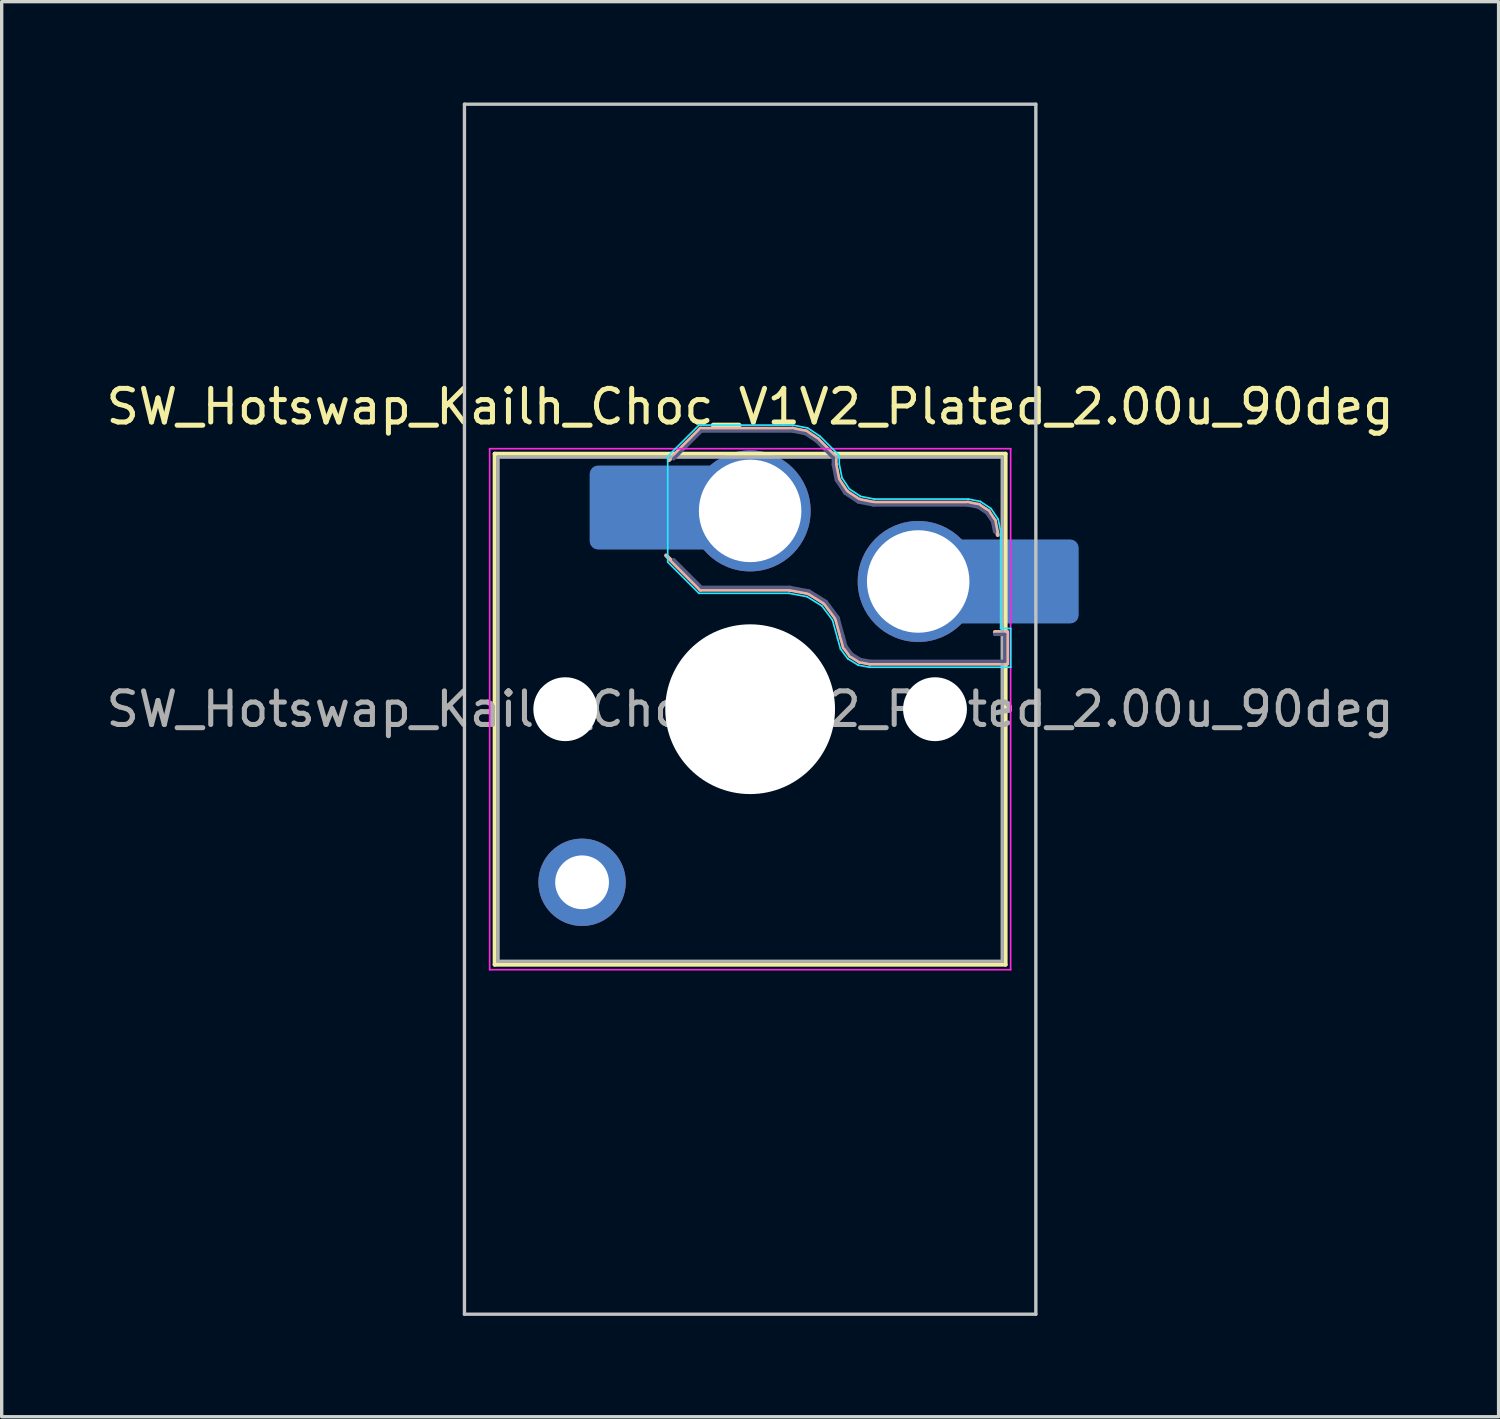
<source format=kicad_pcb>
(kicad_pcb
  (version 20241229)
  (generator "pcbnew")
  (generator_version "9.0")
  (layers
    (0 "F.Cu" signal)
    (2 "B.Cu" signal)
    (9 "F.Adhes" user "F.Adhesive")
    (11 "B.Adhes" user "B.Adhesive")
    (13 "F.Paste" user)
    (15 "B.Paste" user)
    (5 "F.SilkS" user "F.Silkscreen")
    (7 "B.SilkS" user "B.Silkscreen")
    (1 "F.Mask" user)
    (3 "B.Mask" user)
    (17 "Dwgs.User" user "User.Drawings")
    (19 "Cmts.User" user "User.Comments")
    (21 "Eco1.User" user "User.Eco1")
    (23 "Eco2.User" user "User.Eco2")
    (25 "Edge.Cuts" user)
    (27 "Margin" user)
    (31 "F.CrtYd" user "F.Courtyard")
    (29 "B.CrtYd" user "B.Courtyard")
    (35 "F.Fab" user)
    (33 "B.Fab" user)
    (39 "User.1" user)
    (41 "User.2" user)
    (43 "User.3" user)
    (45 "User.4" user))
  (footprint "SW_Hotswap_Kailh_Choc_V1V2_Plated_2.00u_90deg"
    (layer "F.Cu")
    (at 19.268 18.05)
    (property "Reference" "SW_Hotswap_Kailh_Choc_V1V2_Plated_2.00u_90deg" (at 0 -9 0) (layer "F.SilkS") (effects (font (size 1 1) (thickness 0.15))))
    (attr smd)
    (fp_line (start -7.6 -7.6) (end -7.6 7.6) (stroke (width 0.12) (type solid)) (layer "F.SilkS"))
    (fp_line (start -7.6 7.6) (end 7.6 7.6) (stroke (width 0.12) (type solid)) (layer "F.SilkS"))
    (fp_line (start 7.6 -7.6) (end -7.6 -7.6) (stroke (width 0.12) (type solid)) (layer "F.SilkS"))
    (fp_line (start 7.6 7.6) (end 7.6 -7.6) (stroke (width 0.12) (type solid)) (layer "F.SilkS"))
    (fp_line (start -2.416 -7.409) (end -1.479 -8.346) (stroke (width 0.12) (type solid)) (layer "B.SilkS"))
    (fp_line (start -1.479 -8.346) (end 1.268 -8.346) (stroke (width 0.12) (type solid)) (layer "B.SilkS"))
    (fp_line (start -1.479 -3.554) (end -2.5 -4.575) (stroke (width 0.12) (type solid)) (layer "B.SilkS"))
    (fp_line (start 1.168 -3.554) (end -1.479 -3.554) (stroke (width 0.12) (type solid)) (layer "B.SilkS"))
    (fp_line (start 1.268 -8.346) (end 1.671 -8.266) (stroke (width 0.12) (type solid)) (layer "B.SilkS"))
    (fp_line (start 1.671 -8.266) (end 2.013 -8.037) (stroke (width 0.12) (type solid)) (layer "B.SilkS"))
    (fp_line (start 1.73 -3.449) (end 1.168 -3.554) (stroke (width 0.12) (type solid)) (layer "B.SilkS"))
    (fp_line (start 2.013 -8.037) (end 2.546 -7.504) (stroke (width 0.12) (type solid)) (layer "B.SilkS"))
    (fp_line (start 2.209 -3.15) (end 1.73 -3.449) (stroke (width 0.12) (type solid)) (layer "B.SilkS"))
    (fp_line (start 2.546 -7.504) (end 2.546 -7.282) (stroke (width 0.12) (type solid)) (layer "B.SilkS"))
    (fp_line (start 2.546 -7.282) (end 2.633 -6.844) (stroke (width 0.12) (type solid)) (layer "B.SilkS"))
    (fp_line (start 2.547 -2.697) (end 2.209 -3.15) (stroke (width 0.12) (type solid)) (layer "B.SilkS"))
    (fp_line (start 2.633 -6.844) (end 2.877 -6.477) (stroke (width 0.12) (type solid)) (layer "B.SilkS"))
    (fp_line (start 2.701 -2.139) (end 2.547 -2.697) (stroke (width 0.12) (type solid)) (layer "B.SilkS"))
    (fp_line (start 2.783 -1.841) (end 2.701 -2.139) (stroke (width 0.12) (type solid)) (layer "B.SilkS"))
    (fp_line (start 2.877 -6.477) (end 3.244 -6.233) (stroke (width 0.12) (type solid)) (layer "B.SilkS"))
    (fp_line (start 2.976 -1.583) (end 2.783 -1.841) (stroke (width 0.12) (type solid)) (layer "B.SilkS"))
    (fp_line (start 3.244 -6.233) (end 3.682 -6.146) (stroke (width 0.12) (type solid)) (layer "B.SilkS"))
    (fp_line (start 3.25 -1.413) (end 2.976 -1.583) (stroke (width 0.12) (type solid)) (layer "B.SilkS"))
    (fp_line (start 3.56 -1.354) (end 3.25 -1.413) (stroke (width 0.12) (type solid)) (layer "B.SilkS"))
    (fp_line (start 3.682 -6.146) (end 6.482 -6.146) (stroke (width 0.12) (type solid)) (layer "B.SilkS"))
    (fp_line (start 6.482 -6.146) (end 6.809 -6.081) (stroke (width 0.12) (type solid)) (layer "B.SilkS"))
    (fp_line (start 6.809 -6.081) (end 7.092 -5.892) (stroke (width 0.12) (type solid)) (layer "B.SilkS"))
    (fp_line (start 7.092 -5.892) (end 7.281 -5.609) (stroke (width 0.12) (type solid)) (layer "B.SilkS"))
    (fp_line (start 7.281 -5.609) (end 7.366 -5.182) (stroke (width 0.12) (type solid)) (layer "B.SilkS"))
    (fp_line (start 7.283 -2.296) (end 7.646 -2.296) (stroke (width 0.12) (type solid)) (layer "B.SilkS"))
    (fp_line (start 7.646 -2.296) (end 7.646 -1.354) (stroke (width 0.12) (type solid)) (layer "B.SilkS"))
    (fp_line (start 7.646 -1.354) (end 3.56 -1.354) (stroke (width 0.12) (type solid)) (layer "B.SilkS"))
    (fp_line (start -8.5 -18) (end 8.5 -18) (stroke (width 0.1) (type solid)) (layer "Dwgs.User"))
    (fp_line (start -8.5 18) (end -8.5 -18) (stroke (width 0.1) (type solid)) (layer "Dwgs.User"))
    (fp_line (start 8.5 -18) (end 8.5 18) (stroke (width 0.1) (type solid)) (layer "Dwgs.User"))
    (fp_line (start 8.5 18) (end -8.5 18) (stroke (width 0.1) (type solid)) (layer "Dwgs.User"))
    (fp_line (start -7.25 -7.25) (end -7.25 7.25) (stroke (width 0.1) (type solid)) (layer "Eco1.User"))
    (fp_line (start -7.25 7.25) (end 7.25 7.25) (stroke (width 0.1) (type solid)) (layer "Eco1.User"))
    (fp_line (start 7.25 -7.25) (end -7.25 -7.25) (stroke (width 0.1) (type solid)) (layer "Eco1.User"))
    (fp_line (start 7.25 7.25) (end 7.25 -7.25) (stroke (width 0.1) (type solid)) (layer "Eco1.User"))
    (fp_line (start -2.452 -7.523) (end -1.523 -8.452) (stroke (width 0.05) (type solid)) (layer "B.CrtYd"))
    (fp_line (start -2.452 -4.377) (end -2.452 -7.523) (stroke (width 0.05) (type solid)) (layer "B.CrtYd"))
    (fp_line (start -1.523 -8.452) (end 1.278 -8.452) (stroke (width 0.05) (type solid)) (layer "B.CrtYd"))
    (fp_line (start -1.523 -3.448) (end -2.452 -4.377) (stroke (width 0.05) (type solid)) (layer "B.CrtYd"))
    (fp_line (start 1.159 -3.448) (end -1.523 -3.448) (stroke (width 0.05) (type solid)) (layer "B.CrtYd"))
    (fp_line (start 1.278 -8.452) (end 1.712 -8.366) (stroke (width 0.05) (type solid)) (layer "B.CrtYd"))
    (fp_line (start 1.691 -3.348) (end 1.159 -3.448) (stroke (width 0.05) (type solid)) (layer "B.CrtYd"))
    (fp_line (start 1.712 -8.366) (end 2.081 -8.119) (stroke (width 0.05) (type solid)) (layer "B.CrtYd"))
    (fp_line (start 2.081 -8.119) (end 2.652 -7.548) (stroke (width 0.05) (type solid)) (layer "B.CrtYd"))
    (fp_line (start 2.136 -3.071) (end 1.691 -3.348) (stroke (width 0.05) (type solid)) (layer "B.CrtYd"))
    (fp_line (start 2.45 -2.65) (end 2.136 -3.071) (stroke (width 0.05) (type solid)) (layer "B.CrtYd"))
    (fp_line (start 2.599 -2.111) (end 2.45 -2.65) (stroke (width 0.05) (type solid)) (layer "B.CrtYd"))
    (fp_line (start 2.652 -7.548) (end 2.652 -7.292) (stroke (width 0.05) (type solid)) (layer "B.CrtYd"))
    (fp_line (start 2.652 -7.292) (end 2.733 -6.885) (stroke (width 0.05) (type solid)) (layer "B.CrtYd"))
    (fp_line (start 2.687 -1.794) (end 2.599 -2.111) (stroke (width 0.05) (type solid)) (layer "B.CrtYd"))
    (fp_line (start 2.733 -6.885) (end 2.953 -6.553) (stroke (width 0.05) (type solid)) (layer "B.CrtYd"))
    (fp_line (start 2.903 -1.503) (end 2.687 -1.794) (stroke (width 0.05) (type solid)) (layer "B.CrtYd"))
    (fp_line (start 2.953 -6.553) (end 3.285 -6.333) (stroke (width 0.05) (type solid)) (layer "B.CrtYd"))
    (fp_line (start 3.211 -1.312) (end 2.903 -1.503) (stroke (width 0.05) (type solid)) (layer "B.CrtYd"))
    (fp_line (start 3.285 -6.333) (end 3.692 -6.252) (stroke (width 0.05) (type solid)) (layer "B.CrtYd"))
    (fp_line (start 3.55 -1.248) (end 3.211 -1.312) (stroke (width 0.05) (type solid)) (layer "B.CrtYd"))
    (fp_line (start 3.692 -6.252) (end 6.492 -6.252) (stroke (width 0.05) (type solid)) (layer "B.CrtYd"))
    (fp_line (start 6.492 -6.252) (end 6.85 -6.181) (stroke (width 0.05) (type solid)) (layer "B.CrtYd"))
    (fp_line (start 6.85 -6.181) (end 7.168 -5.968) (stroke (width 0.05) (type solid)) (layer "B.CrtYd"))
    (fp_line (start 7.168 -5.968) (end 7.381 -5.65) (stroke (width 0.05) (type solid)) (layer "B.CrtYd"))
    (fp_line (start 7.381 -5.65) (end 7.452 -5.292) (stroke (width 0.05) (type solid)) (layer "B.CrtYd"))
    (fp_line (start 7.452 -5.292) (end 7.452 -2.402) (stroke (width 0.05) (type solid)) (layer "B.CrtYd"))
    (fp_line (start 7.452 -2.402) (end 7.752 -2.402) (stroke (width 0.05) (type solid)) (layer "B.CrtYd"))
    (fp_line (start 7.752 -2.402) (end 7.752 -1.248) (stroke (width 0.05) (type solid)) (layer "B.CrtYd"))
    (fp_line (start 7.752 -1.248) (end 3.55 -1.248) (stroke (width 0.05) (type solid)) (layer "B.CrtYd"))
    (fp_line (start -7.75 -7.75) (end -7.75 7.75) (stroke (width 0.05) (type solid)) (layer "F.CrtYd"))
    (fp_line (start -7.75 7.75) (end 7.75 7.75) (stroke (width 0.05) (type solid)) (layer "F.CrtYd"))
    (fp_line (start 7.75 -7.75) (end -7.75 -7.75) (stroke (width 0.05) (type solid)) (layer "F.CrtYd"))
    (fp_line (start 7.75 7.75) (end 7.75 -7.75) (stroke (width 0.05) (type solid)) (layer "F.CrtYd"))
    (fp_line (start -2.275 -7.45) (end -1.45 -8.275) (stroke (width 0.1) (type solid)) (layer "B.Fab"))
    (fp_line (start -1.45 -8.275) (end 1.261 -8.275) (stroke (width 0.1) (type solid)) (layer "B.Fab"))
    (fp_line (start -1.45 -3.625) (end -2.275 -4.45) (stroke (width 0.1) (type solid)) (layer "B.Fab"))
    (fp_line (start 1.175 -3.625) (end -1.45 -3.625) (stroke (width 0.1) (type solid)) (layer "B.Fab"))
    (fp_line (start 1.261 -8.275) (end 1.643 -8.199) (stroke (width 0.1) (type solid)) (layer "B.Fab"))
    (fp_line (start 1.643 -8.199) (end 1.968 -7.982) (stroke (width 0.1) (type solid)) (layer "B.Fab"))
    (fp_line (start 1.756 -3.516) (end 1.175 -3.625) (stroke (width 0.1) (type solid)) (layer "B.Fab"))
    (fp_line (start 1.968 -7.982) (end 2.475 -7.475) (stroke (width 0.1) (type solid)) (layer "B.Fab"))
    (fp_line (start 2.258 -3.203) (end 1.756 -3.516) (stroke (width 0.1) (type solid)) (layer "B.Fab"))
    (fp_line (start 2.475 -7.475) (end 2.475 -7.275) (stroke (width 0.1) (type solid)) (layer "B.Fab"))
    (fp_line (start 2.475 -7.275) (end 2.566 -6.816) (stroke (width 0.1) (type solid)) (layer "B.Fab"))
    (fp_line (start 2.566 -6.816) (end 2.826 -6.426) (stroke (width 0.1) (type solid)) (layer "B.Fab"))
    (fp_line (start 2.612 -2.729) (end 2.258 -3.203) (stroke (width 0.1) (type solid)) (layer "B.Fab"))
    (fp_line (start 2.769 -2.158) (end 2.612 -2.729) (stroke (width 0.1) (type solid)) (layer "B.Fab"))
    (fp_line (start 2.826 -6.426) (end 3.216 -6.166) (stroke (width 0.1) (type solid)) (layer "B.Fab"))
    (fp_line (start 2.848 -1.873) (end 2.769 -2.158) (stroke (width 0.1) (type solid)) (layer "B.Fab"))
    (fp_line (start 3.025 -1.636) (end 2.848 -1.873) (stroke (width 0.1) (type solid)) (layer "B.Fab"))
    (fp_line (start 3.216 -6.166) (end 3.675 -6.075) (stroke (width 0.1) (type solid)) (layer "B.Fab"))
    (fp_line (start 3.276 -1.48) (end 3.025 -1.636) (stroke (width 0.1) (type solid)) (layer "B.Fab"))
    (fp_line (start 3.567 -1.425) (end 3.276 -1.48) (stroke (width 0.1) (type solid)) (layer "B.Fab"))
    (fp_line (start 3.675 -6.075) (end 6.475 -6.075) (stroke (width 0.1) (type solid)) (layer "B.Fab"))
    (fp_line (start 6.475 -6.075) (end 6.781 -6.014) (stroke (width 0.1) (type solid)) (layer "B.Fab"))
    (fp_line (start 6.781 -6.014) (end 7.041 -5.841) (stroke (width 0.1) (type solid)) (layer "B.Fab"))
    (fp_line (start 7.041 -5.841) (end 7.214 -5.581) (stroke (width 0.1) (type solid)) (layer "B.Fab"))
    (fp_line (start 7.214 -5.581) (end 7.275 -5.275) (stroke (width 0.1) (type solid)) (layer "B.Fab"))
    (fp_line (start 7.275 -2.225) (end 7.575 -2.225) (stroke (width 0.1) (type solid)) (layer "B.Fab"))
    (fp_line (start 7.575 -2.225) (end 7.575 -1.425) (stroke (width 0.1) (type solid)) (layer "B.Fab"))
    (fp_line (start 7.575 -1.425) (end 3.567 -1.425) (stroke (width 0.1) (type solid)) (layer "B.Fab"))
    (fp_line (start -7.5 -7.5) (end -7.5 7.5) (stroke (width 0.1) (type solid)) (layer "F.Fab"))
    (fp_line (start -7.5 7.5) (end 7.5 7.5) (stroke (width 0.1) (type solid)) (layer "F.Fab"))
    (fp_line (start 7.5 -7.5) (end -7.5 -7.5) (stroke (width 0.1) (type solid)) (layer "F.Fab"))
    (fp_line (start 7.5 7.5) (end 7.5 -7.5) (stroke (width 0.1) (type solid)) (layer "F.Fab"))
    (fp_text user "${REFERENCE}" (at 0 0 0) (layer "F.Fab") (effects (font (size 1 1) (thickness 0.15))))
    (pad "" np_thru_hole circle (at -5.5 0) (size 1.9 1.9) (drill 1.9) (layers "*.Cu" "*.Mask"))
    (pad "" smd circle (at -5 5.15) (size 1.65 1.65) (layers "F.Mask"))
    (pad "" thru_hole circle (at -5 5.15) (size 2.6 2.6) (drill 1.6) (layers "*.Cu" "B.Mask"))
    (pad "" smd roundrect (at -3.5 -6) (size 2.55 2.5) (layers "B.Mask" "B.Paste") (roundrect_rratio 0.1))
    (pad "" smd circle (at 0 -5.9) (size 3.1 3.1) (layers "F.Mask"))
    (pad "" np_thru_hole circle (at 0 0) (size 5.05 5.05) (drill 5.05) (layers "*.Cu" "*.Mask"))
    (pad "" smd circle (at 5 -3.8) (size 3.1 3.1) (layers "F.Mask"))
    (pad "" np_thru_hole circle (at 5.5 0) (size 1.9 1.9) (drill 1.9) (layers "*.Cu" "*.Mask"))
    (pad "" smd roundrect (at 8.5 -3.8) (size 2.55 2.5) (layers "B.Mask" "B.Paste") (roundrect_rratio 0.1))
    (pad "1" smd roundrect (at -2.85 -6) (size 3.85 2.5) (layers "B.Cu") (roundrect_rratio 0.1))
    (pad "1" thru_hole circle (at 0 -5.9) (size 3.6 3.6) (drill 3.05) (layers "*.Cu" "B.Mask"))
    (pad "2" thru_hole circle (at 5 -3.8) (size 3.6 3.6) (drill 3.05) (layers "*.Cu" "B.Mask"))
    (pad "2" smd roundrect (at 7.85 -3.8) (size 3.85 2.5) (layers "B.Cu") (roundrect_rratio 0.1)))
  (gr_rect
    (start -3 -3)
    (end 41.536 39.1)
    (stroke (width 0.1) (type default))
    (fill no)
    (layer "Edge.Cuts")))
</source>
